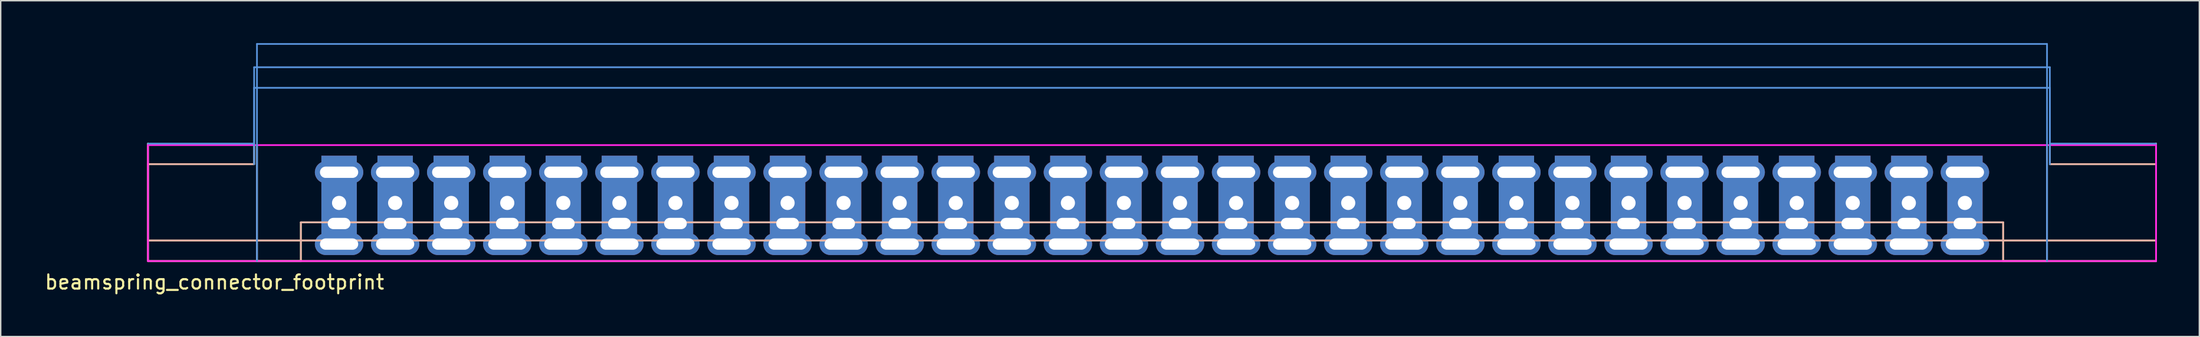
<source format=kicad_pcb>
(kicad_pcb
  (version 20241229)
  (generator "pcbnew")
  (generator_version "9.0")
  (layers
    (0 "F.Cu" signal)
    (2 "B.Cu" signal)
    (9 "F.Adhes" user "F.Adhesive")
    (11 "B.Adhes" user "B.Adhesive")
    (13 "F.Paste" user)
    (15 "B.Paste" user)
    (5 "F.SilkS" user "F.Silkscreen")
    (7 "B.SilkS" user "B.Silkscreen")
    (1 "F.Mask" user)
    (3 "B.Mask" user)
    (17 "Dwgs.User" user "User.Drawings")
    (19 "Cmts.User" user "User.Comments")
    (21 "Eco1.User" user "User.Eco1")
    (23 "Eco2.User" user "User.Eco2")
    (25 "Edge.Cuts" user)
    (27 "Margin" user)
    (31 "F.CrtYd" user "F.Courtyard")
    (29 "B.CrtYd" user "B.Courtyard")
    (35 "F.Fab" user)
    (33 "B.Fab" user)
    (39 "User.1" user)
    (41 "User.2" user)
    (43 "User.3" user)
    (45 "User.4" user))
  (footprint "beamspring_connector_footprint"
    (layer "F.Cu")
    (at 20.901 11.3)
    (property "Reference" "beamspring_connector_footprint" (at -8.8 5.6 0) (layer "F.SilkS") (effects (font (size 1 1) (thickness 0.15))))
    (attr through_hole)
    (fp_line (start -13.5 -2.74) (end -6 -2.74) (stroke (width 0.12) (type solid)) (layer "F.SilkS"))
    (fp_line (start -13.5 2.655) (end -13.5 -4.195) (stroke (width 0.12) (type solid)) (layer "F.SilkS"))
    (fp_line (start -13.5 4.11) (end -13.5 -2.74) (stroke (width 0.12) (type solid)) (layer "F.SilkS"))
    (fp_line (start -6 -2.74) (end -6 -4.09) (stroke (width 0.12) (type solid)) (layer "F.SilkS"))
    (fp_line (start -5.8 -4.09) (end -5.8 4.11) (stroke (width 0.12) (type solid)) (layer "F.SilkS"))
    (fp_line (start -5.8 4.11) (end -2.7 4.11) (stroke (width 0.12) (type solid)) (layer "F.SilkS"))
    (fp_line (start -5.8 4.11) (end -2.7 4.11) (stroke (width 0.12) (type solid)) (layer "F.SilkS"))
    (fp_line (start -2.7 1.37) (end 117.54 1.37) (stroke (width 0.12) (type solid)) (layer "F.SilkS"))
    (fp_line (start -2.7 4.11) (end -2.7 1.37) (stroke (width 0.12) (type solid)) (layer "F.SilkS"))
    (fp_line (start 117.54 1.37) (end 117.54 4.11) (stroke (width 0.12) (type solid)) (layer "F.SilkS"))
    (fp_line (start 120.64 -4.09) (end 120.64 4.11) (stroke (width 0.12) (type solid)) (layer "F.SilkS"))
    (fp_line (start 120.64 4.11) (end 117.54 4.11) (stroke (width 0.12) (type solid)) (layer "F.SilkS"))
    (fp_line (start 120.64 4.11) (end 117.54 4.11) (stroke (width 0.12) (type solid)) (layer "F.SilkS"))
    (fp_line (start 120.84 -2.74) (end 120.84 -4.09) (stroke (width 0.12) (type solid)) (layer "F.SilkS"))
    (fp_line (start 120.84 -2.74) (end 128.34 -2.74) (stroke (width 0.12) (type solid)) (layer "F.SilkS"))
    (fp_line (start 128.34 2.655) (end -13.5 2.655) (stroke (width 0.12) (type solid)) (layer "F.SilkS"))
    (fp_line (start 128.34 2.655) (end 128.34 -4.195) (stroke (width 0.12) (type solid)) (layer "F.SilkS"))
    (fp_line (start 128.34 4.11) (end -13.5 4.11) (stroke (width 0.12) (type solid)) (layer "F.SilkS"))
    (fp_line (start 128.34 4.11) (end 128.34 -2.74) (stroke (width 0.12) (type solid)) (layer "F.SilkS"))
    (fp_line (start -13.5 -2.74) (end -6 -2.74) (stroke (width 0.12) (type solid)) (layer "B.SilkS"))
    (fp_line (start -13.5 2.655) (end -13.5 -4.195) (stroke (width 0.12) (type solid)) (layer "B.SilkS"))
    (fp_line (start -13.5 4.11) (end -13.5 -2.74) (stroke (width 0.12) (type solid)) (layer "B.SilkS"))
    (fp_line (start -6 -2.74) (end -6 -4.09) (stroke (width 0.12) (type solid)) (layer "B.SilkS"))
    (fp_line (start -5.8 -4.09) (end -5.8 4.11) (stroke (width 0.12) (type solid)) (layer "B.SilkS"))
    (fp_line (start -2.7 1.37) (end 117.54 1.37) (stroke (width 0.12) (type solid)) (layer "B.SilkS"))
    (fp_line (start -2.7 4.11) (end -2.7 1.37) (stroke (width 0.12) (type solid)) (layer "B.SilkS"))
    (fp_line (start 117.54 1.37) (end 117.54 4.11) (stroke (width 0.12) (type solid)) (layer "B.SilkS"))
    (fp_line (start 120.64 -4.09) (end 120.64 4.11) (stroke (width 0.12) (type solid)) (layer "B.SilkS"))
    (fp_line (start 120.84 -2.74) (end 120.84 -4.09) (stroke (width 0.12) (type solid)) (layer "B.SilkS"))
    (fp_line (start 120.84 -2.74) (end 128.34 -2.74) (stroke (width 0.12) (type solid)) (layer "B.SilkS"))
    (fp_line (start 128.34 2.655) (end -13.5 2.655) (stroke (width 0.12) (type solid)) (layer "B.SilkS"))
    (fp_line (start 128.34 2.655) (end 128.34 -4.195) (stroke (width 0.12) (type solid)) (layer "B.SilkS"))
    (fp_line (start 128.34 4.11) (end -13.5 4.11) (stroke (width 0.12) (type solid)) (layer "B.SilkS"))
    (fp_line (start 128.34 4.11) (end 128.34 -2.74) (stroke (width 0.12) (type solid)) (layer "B.SilkS"))
    (fp_line (start -13.5 -4.195) (end -6 -4.195) (stroke (width 0.12) (type solid)) (layer "Cmts.User"))
    (fp_line (start -6 -9.595) (end 120.84 -9.595) (stroke (width 0.12) (type solid)) (layer "Cmts.User"))
    (fp_line (start -6 -8.14) (end 120.84 -8.14) (stroke (width 0.12) (type solid)) (layer "Cmts.User"))
    (fp_line (start -6 -4.195) (end -6 -9.595) (stroke (width 0.12) (type solid)) (layer "Cmts.User"))
    (fp_line (start -6 -2.74) (end -6 -8.14) (stroke (width 0.12) (type solid)) (layer "Cmts.User"))
    (fp_line (start -5.8 -11.24) (end -5.8 4.11) (stroke (width 0.12) (type solid)) (layer "Cmts.User"))
    (fp_line (start 120.64 -11.24) (end -5.8 -11.24) (stroke (width 0.12) (type solid)) (layer "Cmts.User"))
    (fp_line (start 120.64 -11.24) (end 120.64 4.11) (stroke (width 0.12) (type solid)) (layer "Cmts.User"))
    (fp_line (start 120.84 -4.195) (end 120.84 -9.595) (stroke (width 0.12) (type solid)) (layer "Cmts.User"))
    (fp_line (start 120.84 -4.195) (end 128.34 -4.195) (stroke (width 0.12) (type solid)) (layer "Cmts.User"))
    (fp_line (start 120.84 -2.74) (end 120.84 -8.14) (stroke (width 0.12) (type solid)) (layer "Cmts.User"))
    (fp_line (start -13.5 -4.09) (end 128.34 -4.09) (stroke (width 0.12) (type solid)) (layer "F.CrtYd"))
    (fp_line (start -13.5 4.11) (end -13.5 -4.09) (stroke (width 0.12) (type solid)) (layer "F.CrtYd"))
    (fp_line (start -13.5 4.11) (end 128.34 4.11) (stroke (width 0.12) (type solid)) (layer "F.CrtYd"))
    (fp_line (start 128.34 -4.09) (end 128.34 4.11) (stroke (width 0.12) (type solid)) (layer "F.CrtYd"))
    (pad "1" thru_hole oval (at 0 -2.17) (size 3.42 1.55) (drill oval 2.7 0.8) (layers "*.Cu" "*.Mask"))
    (pad "1" smd rect (at 0 -0.34) (size 2.5 6) (layers "*.Mask" "F.Cu"))
    (pad "1" smd rect (at 0 -0.34) (size 2.5 6) (layers "*.Mask" "B.Cu"))
    (pad "1" thru_hole circle (at 0 0) (size 1.75 1.75) (drill 1) (layers "*.Cu" "*.Mask"))
    (pad "1" thru_hole oval (at 0 1.455) (size 2.35 1.55) (drill oval 1.6 0.8) (layers "*.Cu" "*.Mask"))
    (pad "1" thru_hole oval (at 0 2.91) (size 3.42 1.55) (drill oval 2.7 0.8) (layers "*.Cu" "*.Mask"))
    (pad "2" thru_hole oval (at 3.96 -2.17) (size 3.42 1.55) (drill oval 2.7 0.8) (layers "*.Cu" "*.Mask"))
    (pad "2" smd rect (at 3.96 -0.34) (size 2.5 6) (layers "*.Mask" "F.Cu"))
    (pad "2" smd rect (at 3.96 -0.34) (size 2.5 6) (layers "*.Mask" "B.Cu"))
    (pad "2" thru_hole circle (at 3.96 0) (size 1.75 1.75) (drill 1) (layers "*.Cu" "*.Mask"))
    (pad "2" thru_hole oval (at 3.96 1.455) (size 2.35 1.55) (drill oval 1.6 0.8) (layers "*.Cu" "*.Mask"))
    (pad "2" thru_hole oval (at 3.96 2.91) (size 3.42 1.55) (drill oval 2.7 0.8) (layers "*.Cu" "*.Mask"))
    (pad "3" thru_hole oval (at 7.92 -2.17) (size 3.42 1.55) (drill oval 2.7 0.8) (layers "*.Cu" "*.Mask"))
    (pad "3" smd rect (at 7.92 -0.34) (size 2.5 6) (layers "*.Mask" "F.Cu"))
    (pad "3" smd rect (at 7.92 -0.34) (size 2.5 6) (layers "*.Mask" "B.Cu"))
    (pad "3" thru_hole circle (at 7.92 0) (size 1.75 1.75) (drill 1) (layers "*.Cu" "*.Mask"))
    (pad "3" thru_hole oval (at 7.92 1.455) (size 2.35 1.55) (drill oval 1.6 0.8) (layers "*.Cu" "*.Mask"))
    (pad "3" thru_hole oval (at 7.92 2.91) (size 3.42 1.55) (drill oval 2.7 0.8) (layers "*.Cu" "*.Mask"))
    (pad "4" thru_hole oval (at 11.88 -2.17) (size 3.42 1.55) (drill oval 2.7 0.8) (layers "*.Cu" "*.Mask"))
    (pad "4" smd rect (at 11.88 -0.34) (size 2.5 6) (layers "*.Mask" "F.Cu"))
    (pad "4" smd rect (at 11.88 -0.34) (size 2.5 6) (layers "*.Mask" "B.Cu"))
    (pad "4" thru_hole circle (at 11.88 0) (size 1.75 1.75) (drill 1) (layers "*.Cu" "*.Mask"))
    (pad "4" thru_hole oval (at 11.88 1.455) (size 2.35 1.55) (drill oval 1.6 0.8) (layers "*.Cu" "*.Mask"))
    (pad "4" thru_hole oval (at 11.88 2.91) (size 3.42 1.55) (drill oval 2.7 0.8) (layers "*.Cu" "*.Mask"))
    (pad "5" thru_hole oval (at 15.84 -2.17) (size 3.42 1.55) (drill oval 2.7 0.8) (layers "*.Cu" "*.Mask"))
    (pad "5" smd rect (at 15.84 -0.34) (size 2.5 6) (layers "*.Mask" "F.Cu"))
    (pad "5" smd rect (at 15.84 -0.34) (size 2.5 6) (layers "*.Mask" "B.Cu"))
    (pad "5" thru_hole circle (at 15.84 0) (size 1.75 1.75) (drill 1) (layers "*.Cu" "*.Mask"))
    (pad "5" thru_hole oval (at 15.84 1.455) (size 2.35 1.55) (drill oval 1.6 0.8) (layers "*.Cu" "*.Mask"))
    (pad "5" thru_hole oval (at 15.84 2.91) (size 3.42 1.55) (drill oval 2.7 0.8) (layers "*.Cu" "*.Mask"))
    (pad "6" thru_hole oval (at 19.8 -2.17) (size 3.42 1.55) (drill oval 2.7 0.8) (layers "*.Cu" "*.Mask"))
    (pad "6" smd rect (at 19.8 -0.34) (size 2.5 6) (layers "*.Mask" "F.Cu"))
    (pad "6" smd rect (at 19.8 -0.34) (size 2.5 6) (layers "*.Mask" "B.Cu"))
    (pad "6" thru_hole circle (at 19.8 0) (size 1.75 1.75) (drill 1) (layers "*.Cu" "*.Mask"))
    (pad "6" thru_hole oval (at 19.8 1.455) (size 2.35 1.55) (drill oval 1.6 0.8) (layers "*.Cu" "*.Mask"))
    (pad "6" thru_hole oval (at 19.8 2.91) (size 3.42 1.55) (drill oval 2.7 0.8) (layers "*.Cu" "*.Mask"))
    (pad "7" thru_hole oval (at 23.76 -2.17) (size 3.42 1.55) (drill oval 2.7 0.8) (layers "*.Cu" "*.Mask"))
    (pad "7" smd rect (at 23.76 -0.34) (size 2.5 6) (layers "*.Mask" "F.Cu"))
    (pad "7" smd rect (at 23.76 -0.34) (size 2.5 6) (layers "*.Mask" "B.Cu"))
    (pad "7" thru_hole circle (at 23.76 0) (size 1.75 1.75) (drill 1) (layers "*.Cu" "*.Mask"))
    (pad "7" thru_hole oval (at 23.76 1.455) (size 2.35 1.55) (drill oval 1.6 0.8) (layers "*.Cu" "*.Mask"))
    (pad "7" thru_hole oval (at 23.76 2.91) (size 3.42 1.55) (drill oval 2.7 0.8) (layers "*.Cu" "*.Mask"))
    (pad "8" thru_hole oval (at 27.72 -2.17) (size 3.42 1.55) (drill oval 2.7 0.8) (layers "*.Cu" "*.Mask"))
    (pad "8" smd rect (at 27.72 -0.34) (size 2.5 6) (layers "*.Mask" "F.Cu"))
    (pad "8" smd rect (at 27.72 -0.34) (size 2.5 6) (layers "*.Mask" "B.Cu"))
    (pad "8" thru_hole circle (at 27.72 0) (size 1.75 1.75) (drill 1) (layers "*.Cu" "*.Mask"))
    (pad "8" thru_hole oval (at 27.72 1.455) (size 2.35 1.55) (drill oval 1.6 0.8) (layers "*.Cu" "*.Mask"))
    (pad "8" thru_hole oval (at 27.72 2.91) (size 3.42 1.55) (drill oval 2.7 0.8) (layers "*.Cu" "*.Mask"))
    (pad "9" thru_hole oval (at 31.68 -2.17) (size 3.42 1.55) (drill oval 2.7 0.8) (layers "*.Cu" "*.Mask"))
    (pad "9" smd rect (at 31.68 -0.34) (size 2.5 6) (layers "*.Mask" "F.Cu"))
    (pad "9" smd rect (at 31.68 -0.34) (size 2.5 6) (layers "*.Mask" "B.Cu"))
    (pad "9" thru_hole circle (at 31.68 0) (size 1.75 1.75) (drill 1) (layers "*.Cu" "*.Mask"))
    (pad "9" thru_hole oval (at 31.68 1.455) (size 2.35 1.55) (drill oval 1.6 0.8) (layers "*.Cu" "*.Mask"))
    (pad "9" thru_hole oval (at 31.68 2.91) (size 3.42 1.55) (drill oval 2.7 0.8) (layers "*.Cu" "*.Mask"))
    (pad "10" thru_hole oval (at 35.64 -2.17) (size 3.42 1.55) (drill oval 2.7 0.8) (layers "*.Cu" "*.Mask"))
    (pad "10" smd rect (at 35.64 -0.34) (size 2.5 6) (layers "*.Mask" "F.Cu"))
    (pad "10" smd rect (at 35.64 -0.34) (size 2.5 6) (layers "*.Mask" "B.Cu"))
    (pad "10" thru_hole circle (at 35.64 0) (size 1.75 1.75) (drill 1) (layers "*.Cu" "*.Mask"))
    (pad "10" thru_hole oval (at 35.64 1.455) (size 2.35 1.55) (drill oval 1.6 0.8) (layers "*.Cu" "*.Mask"))
    (pad "10" thru_hole oval (at 35.64 2.91) (size 3.42 1.55) (drill oval 2.7 0.8) (layers "*.Cu" "*.Mask"))
    (pad "11" thru_hole oval (at 39.6 -2.17) (size 3.42 1.55) (drill oval 2.7 0.8) (layers "*.Cu" "*.Mask"))
    (pad "11" smd rect (at 39.6 -0.34) (size 2.5 6) (layers "*.Mask" "F.Cu"))
    (pad "11" smd rect (at 39.6 -0.34) (size 2.5 6) (layers "*.Mask" "B.Cu"))
    (pad "11" thru_hole circle (at 39.6 0) (size 1.75 1.75) (drill 1) (layers "*.Cu" "*.Mask"))
    (pad "11" thru_hole oval (at 39.6 1.455) (size 2.35 1.55) (drill oval 1.6 0.8) (layers "*.Cu" "*.Mask"))
    (pad "11" thru_hole oval (at 39.6 2.91) (size 3.42 1.55) (drill oval 2.7 0.8) (layers "*.Cu" "*.Mask"))
    (pad "12" thru_hole oval (at 43.56 -2.17) (size 3.42 1.55) (drill oval 2.7 0.8) (layers "*.Cu" "*.Mask"))
    (pad "12" smd rect (at 43.56 -0.34) (size 2.5 6) (layers "*.Mask" "F.Cu"))
    (pad "12" smd rect (at 43.56 -0.34) (size 2.5 6) (layers "*.Mask" "B.Cu"))
    (pad "12" thru_hole circle (at 43.56 0) (size 1.75 1.75) (drill 1) (layers "*.Cu" "*.Mask"))
    (pad "12" thru_hole oval (at 43.56 1.455) (size 2.35 1.55) (drill oval 1.6 0.8) (layers "*.Cu" "*.Mask"))
    (pad "12" thru_hole oval (at 43.56 2.91) (size 3.42 1.55) (drill oval 2.7 0.8) (layers "*.Cu" "*.Mask"))
    (pad "13" thru_hole oval (at 47.52 -2.17) (size 3.42 1.55) (drill oval 2.7 0.8) (layers "*.Cu" "*.Mask"))
    (pad "13" smd rect (at 47.52 -0.34) (size 2.5 6) (layers "*.Mask" "F.Cu"))
    (pad "13" smd rect (at 47.52 -0.34) (size 2.5 6) (layers "*.Mask" "B.Cu"))
    (pad "13" thru_hole circle (at 47.52 0) (size 1.75 1.75) (drill 1) (layers "*.Cu" "*.Mask"))
    (pad "13" thru_hole oval (at 47.52 1.455) (size 2.35 1.55) (drill oval 1.6 0.8) (layers "*.Cu" "*.Mask"))
    (pad "13" thru_hole oval (at 47.52 2.91) (size 3.42 1.55) (drill oval 2.7 0.8) (layers "*.Cu" "*.Mask"))
    (pad "14" thru_hole oval (at 51.48 -2.17) (size 3.42 1.55) (drill oval 2.7 0.8) (layers "*.Cu" "*.Mask"))
    (pad "14" smd rect (at 51.48 -0.34) (size 2.5 6) (layers "*.Mask" "F.Cu"))
    (pad "14" smd rect (at 51.48 -0.34) (size 2.5 6) (layers "*.Mask" "B.Cu"))
    (pad "14" thru_hole circle (at 51.48 0) (size 1.75 1.75) (drill 1) (layers "*.Cu" "*.Mask"))
    (pad "14" thru_hole oval (at 51.48 1.455) (size 2.35 1.55) (drill oval 1.6 0.8) (layers "*.Cu" "*.Mask"))
    (pad "14" thru_hole oval (at 51.48 2.91) (size 3.42 1.55) (drill oval 2.7 0.8) (layers "*.Cu" "*.Mask"))
    (pad "15" thru_hole oval (at 55.44 -2.17) (size 3.42 1.55) (drill oval 2.7 0.8) (layers "*.Cu" "*.Mask"))
    (pad "15" smd rect (at 55.44 -0.34) (size 2.5 6) (layers "*.Mask" "F.Cu"))
    (pad "15" smd rect (at 55.44 -0.34) (size 2.5 6) (layers "*.Mask" "B.Cu"))
    (pad "15" thru_hole circle (at 55.44 0) (size 1.75 1.75) (drill 1) (layers "*.Cu" "*.Mask"))
    (pad "15" thru_hole oval (at 55.44 1.455) (size 2.35 1.55) (drill oval 1.6 0.8) (layers "*.Cu" "*.Mask"))
    (pad "15" thru_hole oval (at 55.44 2.91) (size 3.42 1.55) (drill oval 2.7 0.8) (layers "*.Cu" "*.Mask"))
    (pad "16" thru_hole oval (at 59.4 -2.17) (size 3.42 1.55) (drill oval 2.7 0.8) (layers "*.Cu" "*.Mask"))
    (pad "16" smd rect (at 59.4 -0.34) (size 2.5 6) (layers "*.Mask" "F.Cu"))
    (pad "16" smd rect (at 59.4 -0.34) (size 2.5 6) (layers "*.Mask" "B.Cu"))
    (pad "16" thru_hole circle (at 59.4 0) (size 1.75 1.75) (drill 1) (layers "*.Cu" "*.Mask"))
    (pad "16" thru_hole oval (at 59.4 1.455) (size 2.35 1.55) (drill oval 1.6 0.8) (layers "*.Cu" "*.Mask"))
    (pad "16" thru_hole oval (at 59.4 2.91) (size 3.42 1.55) (drill oval 2.7 0.8) (layers "*.Cu" "*.Mask"))
    (pad "17" thru_hole oval (at 63.36 -2.17) (size 3.42 1.55) (drill oval 2.7 0.8) (layers "*.Cu" "*.Mask"))
    (pad "17" smd rect (at 63.36 -0.34) (size 2.5 6) (layers "*.Mask" "F.Cu"))
    (pad "17" smd rect (at 63.36 -0.34) (size 2.5 6) (layers "*.Mask" "B.Cu"))
    (pad "17" thru_hole circle (at 63.36 0) (size 1.75 1.75) (drill 1) (layers "*.Cu" "*.Mask"))
    (pad "17" thru_hole oval (at 63.36 1.455) (size 2.35 1.55) (drill oval 1.6 0.8) (layers "*.Cu" "*.Mask"))
    (pad "17" thru_hole oval (at 63.36 2.91) (size 3.42 1.55) (drill oval 2.7 0.8) (layers "*.Cu" "*.Mask"))
    (pad "18" thru_hole oval (at 67.32 -2.17) (size 3.42 1.55) (drill oval 2.7 0.8) (layers "*.Cu" "*.Mask"))
    (pad "18" smd rect (at 67.32 -0.34) (size 2.5 6) (layers "*.Mask" "F.Cu"))
    (pad "18" smd rect (at 67.32 -0.34) (size 2.5 6) (layers "*.Mask" "B.Cu"))
    (pad "18" thru_hole circle (at 67.32 0) (size 1.75 1.75) (drill 1) (layers "*.Cu" "*.Mask"))
    (pad "18" thru_hole oval (at 67.32 1.455) (size 2.35 1.55) (drill oval 1.6 0.8) (layers "*.Cu" "*.Mask"))
    (pad "18" thru_hole oval (at 67.32 2.91) (size 3.42 1.55) (drill oval 2.7 0.8) (layers "*.Cu" "*.Mask"))
    (pad "19" thru_hole oval (at 71.28 -2.17) (size 3.42 1.55) (drill oval 2.7 0.8) (layers "*.Cu" "*.Mask"))
    (pad "19" smd rect (at 71.28 -0.34) (size 2.5 6) (layers "*.Mask" "F.Cu"))
    (pad "19" smd rect (at 71.28 -0.34) (size 2.5 6) (layers "*.Mask" "B.Cu"))
    (pad "19" thru_hole circle (at 71.28 0) (size 1.75 1.75) (drill 1) (layers "*.Cu" "*.Mask"))
    (pad "19" thru_hole oval (at 71.28 1.455) (size 2.35 1.55) (drill oval 1.6 0.8) (layers "*.Cu" "*.Mask"))
    (pad "19" thru_hole oval (at 71.28 2.91) (size 3.42 1.55) (drill oval 2.7 0.8) (layers "*.Cu" "*.Mask"))
    (pad "20" thru_hole oval (at 75.24 -2.17) (size 3.42 1.55) (drill oval 2.7 0.8) (layers "*.Cu" "*.Mask"))
    (pad "20" smd rect (at 75.24 -0.34) (size 2.5 6) (layers "*.Mask" "F.Cu"))
    (pad "20" smd rect (at 75.24 -0.34) (size 2.5 6) (layers "*.Mask" "B.Cu"))
    (pad "20" thru_hole circle (at 75.24 0) (size 1.75 1.75) (drill 1) (layers "*.Cu" "*.Mask"))
    (pad "20" thru_hole oval (at 75.24 1.455) (size 2.35 1.55) (drill oval 1.6 0.8) (layers "*.Cu" "*.Mask"))
    (pad "20" thru_hole oval (at 75.24 2.91) (size 3.42 1.55) (drill oval 2.7 0.8) (layers "*.Cu" "*.Mask"))
    (pad "21" thru_hole oval (at 79.2 -2.17) (size 3.42 1.55) (drill oval 2.7 0.8) (layers "*.Cu" "*.Mask"))
    (pad "21" smd rect (at 79.2 -0.34) (size 2.5 6) (layers "*.Mask" "F.Cu"))
    (pad "21" smd rect (at 79.2 -0.34) (size 2.5 6) (layers "*.Mask" "B.Cu"))
    (pad "21" thru_hole circle (at 79.2 0) (size 1.75 1.75) (drill 1) (layers "*.Cu" "*.Mask"))
    (pad "21" thru_hole oval (at 79.2 1.455) (size 2.35 1.55) (drill oval 1.6 0.8) (layers "*.Cu" "*.Mask"))
    (pad "21" thru_hole oval (at 79.2 2.91) (size 3.42 1.55) (drill oval 2.7 0.8) (layers "*.Cu" "*.Mask"))
    (pad "22" thru_hole oval (at 83.16 -2.17) (size 3.42 1.55) (drill oval 2.7 0.8) (layers "*.Cu" "*.Mask"))
    (pad "22" smd rect (at 83.16 -0.34) (size 2.5 6) (layers "*.Mask" "F.Cu"))
    (pad "22" smd rect (at 83.16 -0.34) (size 2.5 6) (layers "*.Mask" "B.Cu"))
    (pad "22" thru_hole circle (at 83.16 0) (size 1.75 1.75) (drill 1) (layers "*.Cu" "*.Mask"))
    (pad "22" thru_hole oval (at 83.16 1.455) (size 2.35 1.55) (drill oval 1.6 0.8) (layers "*.Cu" "*.Mask"))
    (pad "22" thru_hole oval (at 83.16 2.91) (size 3.42 1.55) (drill oval 2.7 0.8) (layers "*.Cu" "*.Mask"))
    (pad "23" thru_hole oval (at 87.12 -2.17) (size 3.42 1.55) (drill oval 2.7 0.8) (layers "*.Cu" "*.Mask"))
    (pad "23" smd rect (at 87.12 -0.34) (size 2.5 6) (layers "*.Mask" "F.Cu"))
    (pad "23" smd rect (at 87.12 -0.34) (size 2.5 6) (layers "*.Mask" "B.Cu"))
    (pad "23" thru_hole circle (at 87.12 0) (size 1.75 1.75) (drill 1) (layers "*.Cu" "*.Mask"))
    (pad "23" thru_hole oval (at 87.12 1.455) (size 2.35 1.55) (drill oval 1.6 0.8) (layers "*.Cu" "*.Mask"))
    (pad "23" thru_hole oval (at 87.12 2.91) (size 3.42 1.55) (drill oval 2.7 0.8) (layers "*.Cu" "*.Mask"))
    (pad "24" thru_hole oval (at 91.08 -2.17) (size 3.42 1.55) (drill oval 2.7 0.8) (layers "*.Cu" "*.Mask"))
    (pad "24" smd rect (at 91.08 -0.34) (size 2.5 6) (layers "*.Mask" "F.Cu"))
    (pad "24" smd rect (at 91.08 -0.34) (size 2.5 6) (layers "*.Mask" "B.Cu"))
    (pad "24" thru_hole circle (at 91.08 0) (size 1.75 1.75) (drill 1) (layers "*.Cu" "*.Mask"))
    (pad "24" thru_hole oval (at 91.08 1.455) (size 2.35 1.55) (drill oval 1.6 0.8) (layers "*.Cu" "*.Mask"))
    (pad "24" thru_hole oval (at 91.08 2.91) (size 3.42 1.55) (drill oval 2.7 0.8) (layers "*.Cu" "*.Mask"))
    (pad "25" thru_hole oval (at 95.04 -2.17) (size 3.42 1.55) (drill oval 2.7 0.8) (layers "*.Cu" "*.Mask"))
    (pad "25" smd rect (at 95.04 -0.34) (size 2.5 6) (layers "*.Mask" "F.Cu"))
    (pad "25" smd rect (at 95.04 -0.34) (size 2.5 6) (layers "*.Mask" "B.Cu"))
    (pad "25" thru_hole circle (at 95.04 0) (size 1.75 1.75) (drill 1) (layers "*.Cu" "*.Mask"))
    (pad "25" thru_hole oval (at 95.04 1.455) (size 2.35 1.55) (drill oval 1.6 0.8) (layers "*.Cu" "*.Mask"))
    (pad "25" thru_hole oval (at 95.04 2.91) (size 3.42 1.55) (drill oval 2.7 0.8) (layers "*.Cu" "*.Mask"))
    (pad "26" thru_hole oval (at 99 -2.17) (size 3.42 1.55) (drill oval 2.7 0.8) (layers "*.Cu" "*.Mask"))
    (pad "26" smd rect (at 99 -0.34) (size 2.5 6) (layers "*.Mask" "F.Cu"))
    (pad "26" smd rect (at 99 -0.34) (size 2.5 6) (layers "*.Mask" "B.Cu"))
    (pad "26" thru_hole circle (at 99 0) (size 1.75 1.75) (drill 1) (layers "*.Cu" "*.Mask"))
    (pad "26" thru_hole oval (at 99 1.455) (size 2.35 1.55) (drill oval 1.6 0.8) (layers "*.Cu" "*.Mask"))
    (pad "26" thru_hole oval (at 99 2.91) (size 3.42 1.55) (drill oval 2.7 0.8) (layers "*.Cu" "*.Mask"))
    (pad "27" thru_hole oval (at 102.96 -2.17) (size 3.42 1.55) (drill oval 2.7 0.8) (layers "*.Cu" "*.Mask"))
    (pad "27" smd rect (at 102.96 -0.34) (size 2.5 6) (layers "*.Mask" "F.Cu"))
    (pad "27" smd rect (at 102.96 -0.34) (size 2.5 6) (layers "*.Mask" "B.Cu"))
    (pad "27" thru_hole circle (at 102.96 0) (size 1.75 1.75) (drill 1) (layers "*.Cu" "*.Mask"))
    (pad "27" thru_hole oval (at 102.96 1.455) (size 2.35 1.55) (drill oval 1.6 0.8) (layers "*.Cu" "*.Mask"))
    (pad "27" thru_hole oval (at 102.96 2.91) (size 3.42 1.55) (drill oval 2.7 0.8) (layers "*.Cu" "*.Mask"))
    (pad "28" thru_hole oval (at 106.92 -2.17) (size 3.42 1.55) (drill oval 2.7 0.8) (layers "*.Cu" "*.Mask"))
    (pad "28" smd rect (at 106.92 -0.34) (size 2.5 6) (layers "*.Mask" "F.Cu"))
    (pad "28" smd rect (at 106.92 -0.34) (size 2.5 6) (layers "*.Mask" "B.Cu"))
    (pad "28" thru_hole circle (at 106.92 0) (size 1.75 1.75) (drill 1) (layers "*.Cu" "*.Mask"))
    (pad "28" thru_hole oval (at 106.92 1.455) (size 2.35 1.55) (drill oval 1.6 0.8) (layers "*.Cu" "*.Mask"))
    (pad "28" thru_hole oval (at 106.92 2.91) (size 3.42 1.55) (drill oval 2.7 0.8) (layers "*.Cu" "*.Mask"))
    (pad "29" thru_hole oval (at 110.88 -2.17) (size 3.42 1.55) (drill oval 2.7 0.8) (layers "*.Cu" "*.Mask"))
    (pad "29" smd rect (at 110.88 -0.34) (size 2.5 6) (layers "*.Mask" "F.Cu"))
    (pad "29" smd rect (at 110.88 -0.34) (size 2.5 6) (layers "*.Mask" "B.Cu"))
    (pad "29" thru_hole circle (at 110.88 0) (size 1.75 1.75) (drill 1) (layers "*.Cu" "*.Mask"))
    (pad "29" thru_hole oval (at 110.88 1.455) (size 2.35 1.55) (drill oval 1.6 0.8) (layers "*.Cu" "*.Mask"))
    (pad "29" thru_hole oval (at 110.88 2.91) (size 3.42 1.55) (drill oval 2.7 0.8) (layers "*.Cu" "*.Mask"))
    (pad "30" thru_hole oval (at 114.84 -2.17) (size 3.42 1.55) (drill oval 2.7 0.8) (layers "*.Cu" "*.Mask"))
    (pad "30" smd rect (at 114.84 -0.34) (size 2.5 6) (layers "*.Mask" "F.Cu"))
    (pad "30" smd rect (at 114.84 -0.34) (size 2.5 6) (layers "*.Mask" "B.Cu"))
    (pad "30" thru_hole circle (at 114.84 0) (size 1.75 1.75) (drill 1) (layers "*.Cu" "*.Mask"))
    (pad "30" thru_hole oval (at 114.84 1.455) (size 2.35 1.55) (drill oval 1.6 0.8) (layers "*.Cu" "*.Mask"))
    (pad "30" thru_hole oval (at 114.84 2.91) (size 3.42 1.55) (drill oval 2.7 0.8) (layers "*.Cu" "*.Mask")))
  (gr_rect
    (start -3 -3)
    (end 152.301 20.748)
    (stroke (width 0.1) (type default))
    (fill no)
    (layer "Edge.Cuts")))
</source>
